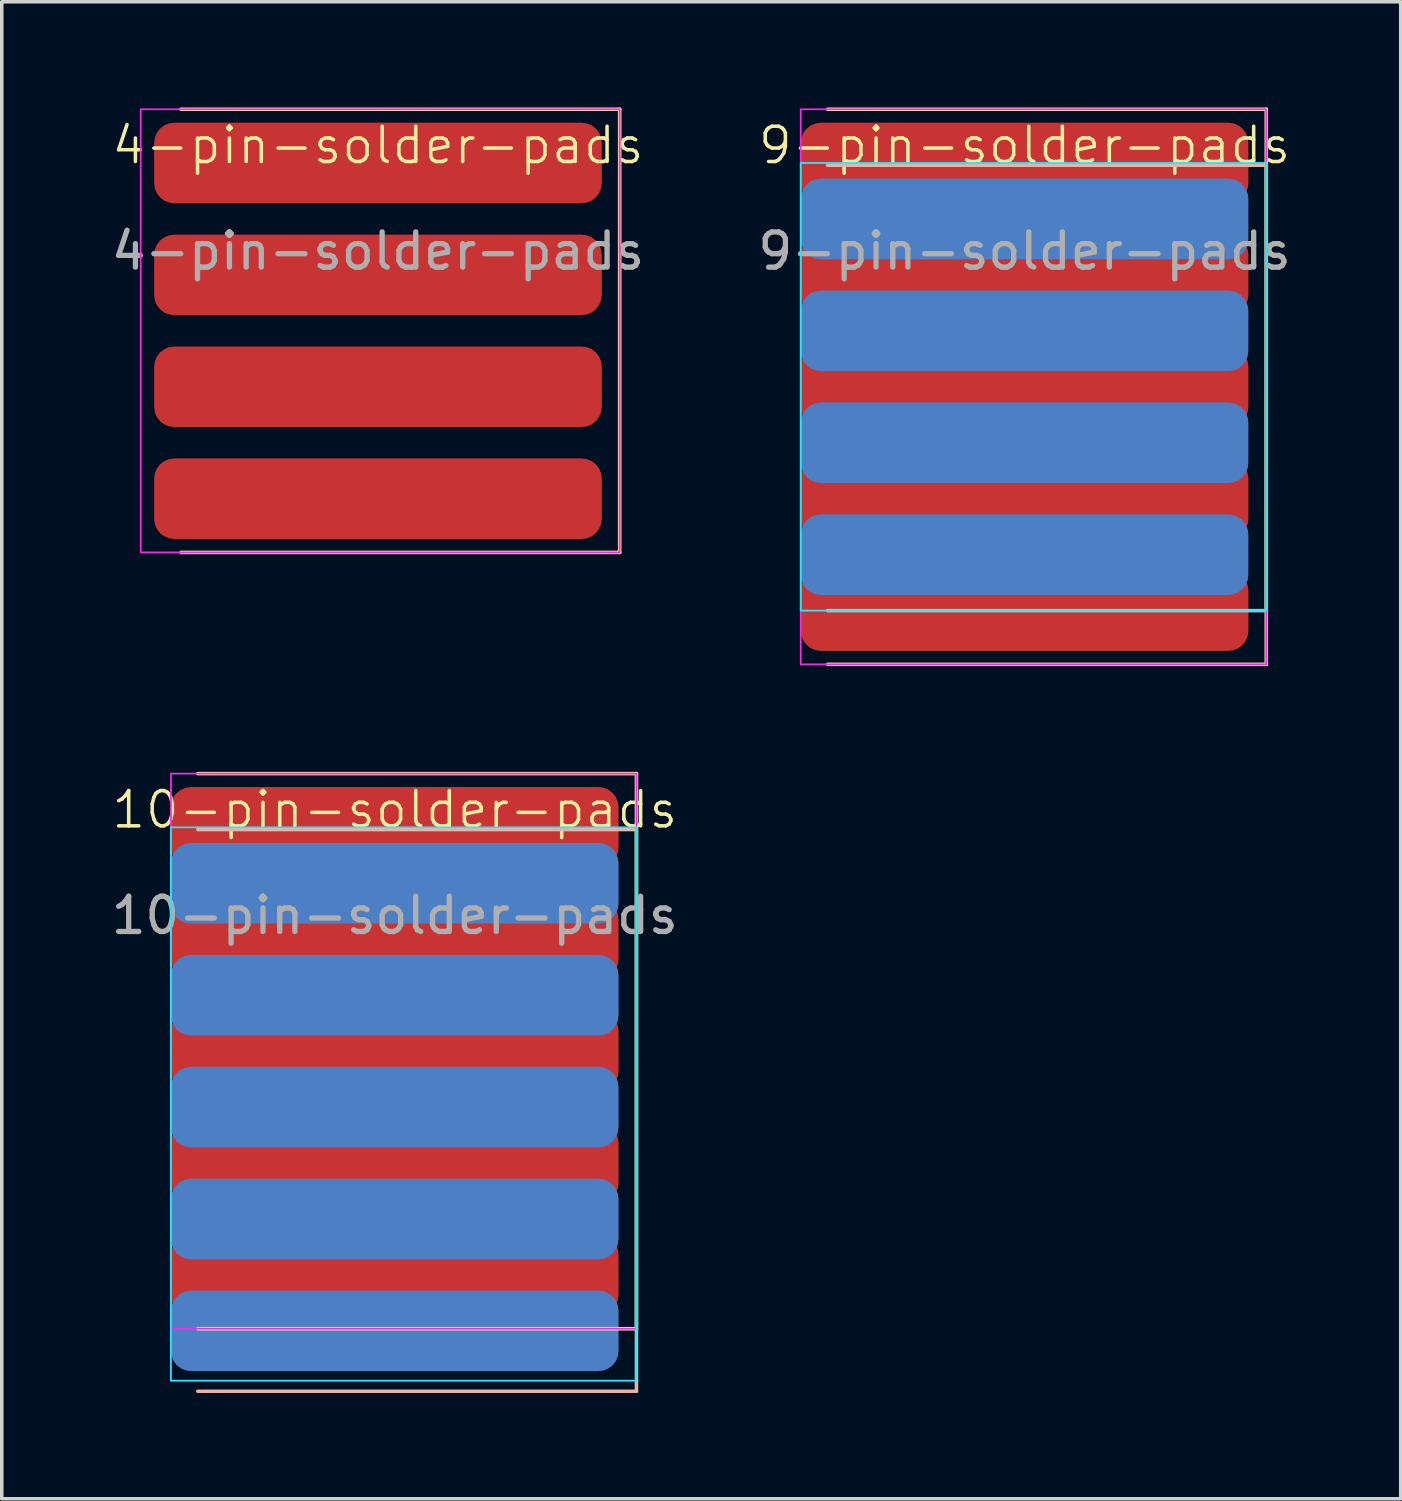
<source format=kicad_pcb>
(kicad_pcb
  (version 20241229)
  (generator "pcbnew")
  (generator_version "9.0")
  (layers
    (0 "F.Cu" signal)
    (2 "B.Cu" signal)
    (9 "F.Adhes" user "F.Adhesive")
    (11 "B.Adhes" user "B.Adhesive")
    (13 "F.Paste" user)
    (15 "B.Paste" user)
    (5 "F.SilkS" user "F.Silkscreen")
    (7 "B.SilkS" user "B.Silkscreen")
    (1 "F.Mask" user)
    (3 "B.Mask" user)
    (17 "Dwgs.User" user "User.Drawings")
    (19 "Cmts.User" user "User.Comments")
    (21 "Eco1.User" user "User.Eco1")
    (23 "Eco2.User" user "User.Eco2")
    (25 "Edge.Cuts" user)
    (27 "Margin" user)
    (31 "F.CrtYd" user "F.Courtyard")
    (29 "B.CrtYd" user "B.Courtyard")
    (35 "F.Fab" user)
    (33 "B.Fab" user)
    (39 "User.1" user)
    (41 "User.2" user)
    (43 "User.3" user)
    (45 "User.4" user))
  (footprint "4-pin-solder-pads"
    (layer "F.Cu")
    (at 7.673 1.574)
    (property "Reference" "4-pin-solder-pads" (at 0 -0.5 0) (unlocked yes) (layer "F.SilkS") (effects (font (size 1 1) (thickness 0.1))))
    (attr smd)
    (fp_line (start -5.588 -1.524) (end 6.858 -1.524) (stroke (width 0.1) (type default)) (layer "F.SilkS"))
    (fp_line (start 6.858 -1.524) (end 6.858 11.049) (stroke (width 0.1) (type default)) (layer "F.SilkS"))
    (fp_line (start 6.858 11.049) (end -5.588 11.049) (stroke (width 0.1) (type default)) (layer "F.SilkS"))
    (fp_rect (start -6.731 -1.524) (end 6.858 11.049) (stroke (width 0.05) (type default)) (fill no) (layer "F.CrtYd"))
    (fp_text user "${REFERENCE}" (at 0 2.5 0) (unlocked yes) (layer "F.Fab") (effects (font (size 1 1) (thickness 0.15))))
    (pad "1" smd roundrect (at 0 0) (size 12.7 2.286) (layers "F.Cu" "F.Mask" "F.Paste") (roundrect_rratio 0.25))
    (pad "2" smd roundrect (at 0 3.175) (size 12.7 2.286) (layers "F.Cu" "F.Mask" "F.Paste") (roundrect_rratio 0.25))
    (pad "3" smd roundrect (at 0 6.35) (size 12.7 2.286) (layers "F.Cu" "F.Mask" "F.Paste") (roundrect_rratio 0.25))
    (pad "4" smd roundrect (at 0 9.525) (size 12.7 2.286) (layers "F.Cu" "F.Mask" "F.Paste") (roundrect_rratio 0.25)))
  (footprint "9-pin-solder-pads"
    (layer "F.Cu")
    (at 26.018 1.574)
    (property "Reference" "9-pin-solder-pads" (at 0 -0.5 0) (unlocked yes) (layer "F.SilkS") (effects (font (size 1 1) (thickness 0.1))))
    (attr smd)
    (fp_line (start -5.588 -1.524) (end 6.858 -1.524) (stroke (width 0.1) (type default)) (layer "F.SilkS"))
    (fp_line (start 6.858 -1.524) (end 6.858 14.224) (stroke (width 0.1) (type default)) (layer "F.SilkS"))
    (fp_line (start 6.858 14.224) (end -5.588 14.224) (stroke (width 0.1) (type default)) (layer "F.SilkS"))
    (fp_line (start -5.588 0.064) (end 6.858 0.064) (stroke (width 0.1) (type default)) (layer "B.SilkS"))
    (fp_line (start -5.588 12.7) (end 6.858 12.7) (stroke (width 0.1) (type default)) (layer "B.SilkS"))
    (fp_line (start 6.858 12.7) (end 6.858 0.062) (stroke (width 0.1) (type default)) (layer "B.SilkS"))
    (fp_rect (start -6.35 0) (end 6.858 12.7) (stroke (width 0.05) (type default)) (fill no) (layer "B.CrtYd"))
    (fp_rect (start -6.35 -1.524) (end 6.858 14.224) (stroke (width 0.05) (type default)) (fill no) (layer "F.CrtYd"))
    (fp_text user "${REFERENCE}" (at 0 2.5 0) (unlocked yes) (layer "F.Fab") (effects (font (size 1 1) (thickness 0.15))))
    (pad "1" smd roundrect (at 0 0) (size 12.7 2.286) (layers "F.Cu" "F.Mask" "F.Paste") (roundrect_rratio 0.25))
    (pad "2" smd roundrect (at 0 1.587) (size 12.7 2.286) (layers "B.Cu" "B.Mask" "B.Paste") (roundrect_rratio 0.25))
    (pad "3" smd roundrect (at 0 3.175) (size 12.7 2.286) (layers "F.Cu" "F.Mask" "F.Paste") (roundrect_rratio 0.25))
    (pad "4" smd roundrect (at 0 4.763) (size 12.7 2.286) (layers "B.Cu" "B.Mask" "B.Paste") (roundrect_rratio 0.25))
    (pad "5" smd roundrect (at 0 6.35) (size 12.7 2.286) (layers "F.Cu" "F.Mask" "F.Paste") (roundrect_rratio 0.25))
    (pad "6" smd roundrect (at 0 7.938) (size 12.7 2.286) (layers "B.Cu" "B.Mask" "B.Paste") (roundrect_rratio 0.25))
    (pad "7" smd roundrect (at 0 9.525) (size 12.7 2.286) (layers "F.Cu" "F.Mask" "F.Paste") (roundrect_rratio 0.25))
    (pad "8" smd roundrect (at 0 11.113) (size 12.7 2.286) (layers "B.Cu" "B.Mask" "B.Paste") (roundrect_rratio 0.25))
    (pad "9" smd roundrect (at 0 12.7) (size 12.7 2.286) (layers "F.Cu" "F.Mask" "F.Paste") (roundrect_rratio 0.25)))
  (footprint "10-pin-solder-pads"
    (layer "F.Cu")
    (at 8.149 20.422)
    (property "Reference" "10-pin-solder-pads" (at 0 -0.5 0) (unlocked yes) (layer "F.SilkS") (effects (font (size 1 1) (thickness 0.1))))
    (attr smd)
    (fp_line (start -5.588 -1.524) (end 6.858 -1.524) (stroke (width 0.1) (type default)) (layer "F.SilkS"))
    (fp_line (start 6.858 -1.524) (end 6.858 14.224) (stroke (width 0.1) (type default)) (layer "F.SilkS"))
    (fp_line (start 6.858 14.224) (end -5.588 14.224) (stroke (width 0.1) (type default)) (layer "F.SilkS"))
    (fp_line (start -5.588 0.064) (end 6.858 0.064) (stroke (width 0.1) (type default)) (layer "B.SilkS"))
    (fp_line (start -5.588 16) (end 6.858 16) (stroke (width 0.1) (type default)) (layer "B.SilkS"))
    (fp_line (start 6.858 16) (end 6.858 0.062) (stroke (width 0.1) (type default)) (layer "B.SilkS"))
    (fp_rect (start -6.35 0) (end 6.858 15.7) (stroke (width 0.05) (type default)) (fill no) (layer "B.CrtYd"))
    (fp_rect (start -6.35 -1.524) (end 6.858 14.224) (stroke (width 0.05) (type default)) (fill no) (layer "F.CrtYd"))
    (fp_text user "${REFERENCE}" (at 0 2.5 0) (unlocked yes) (layer "F.Fab") (effects (font (size 1 1) (thickness 0.15))))
    (pad "1" smd roundrect (at 0 0) (size 12.7 2.286) (layers "F.Cu" "F.Mask" "F.Paste") (roundrect_rratio 0.25))
    (pad "2" smd roundrect (at 0 1.587) (size 12.7 2.286) (layers "B.Cu" "B.Mask" "B.Paste") (roundrect_rratio 0.25))
    (pad "3" smd roundrect (at 0 3.175) (size 12.7 2.286) (layers "F.Cu" "F.Mask" "F.Paste") (roundrect_rratio 0.25))
    (pad "4" smd roundrect (at 0 4.763) (size 12.7 2.286) (layers "B.Cu" "B.Mask" "B.Paste") (roundrect_rratio 0.25))
    (pad "5" smd roundrect (at 0 6.35) (size 12.7 2.286) (layers "F.Cu" "F.Mask" "F.Paste") (roundrect_rratio 0.25))
    (pad "6" smd roundrect (at 0 7.938) (size 12.7 2.286) (layers "B.Cu" "B.Mask" "B.Paste") (roundrect_rratio 0.25))
    (pad "7" smd roundrect (at 0 9.525) (size 12.7 2.286) (layers "F.Cu" "F.Mask" "F.Paste") (roundrect_rratio 0.25))
    (pad "8" smd roundrect (at 0 11.113) (size 12.7 2.286) (layers "B.Cu" "B.Mask" "B.Paste") (roundrect_rratio 0.25))
    (pad "9" smd roundrect (at 0 12.7) (size 12.7 2.286) (layers "F.Cu" "F.Mask" "F.Paste") (roundrect_rratio 0.25))
    (pad "10" smd roundrect (at 0 14.287) (size 12.7 2.286) (layers "B.Cu" "B.Mask" "B.Paste") (roundrect_rratio 0.25)))
  (gr_rect
    (start -3 -3)
    (end 36.69 39.472)
    (stroke (width 0.1) (type default))
    (fill no)
    (layer "Edge.Cuts")))
</source>
